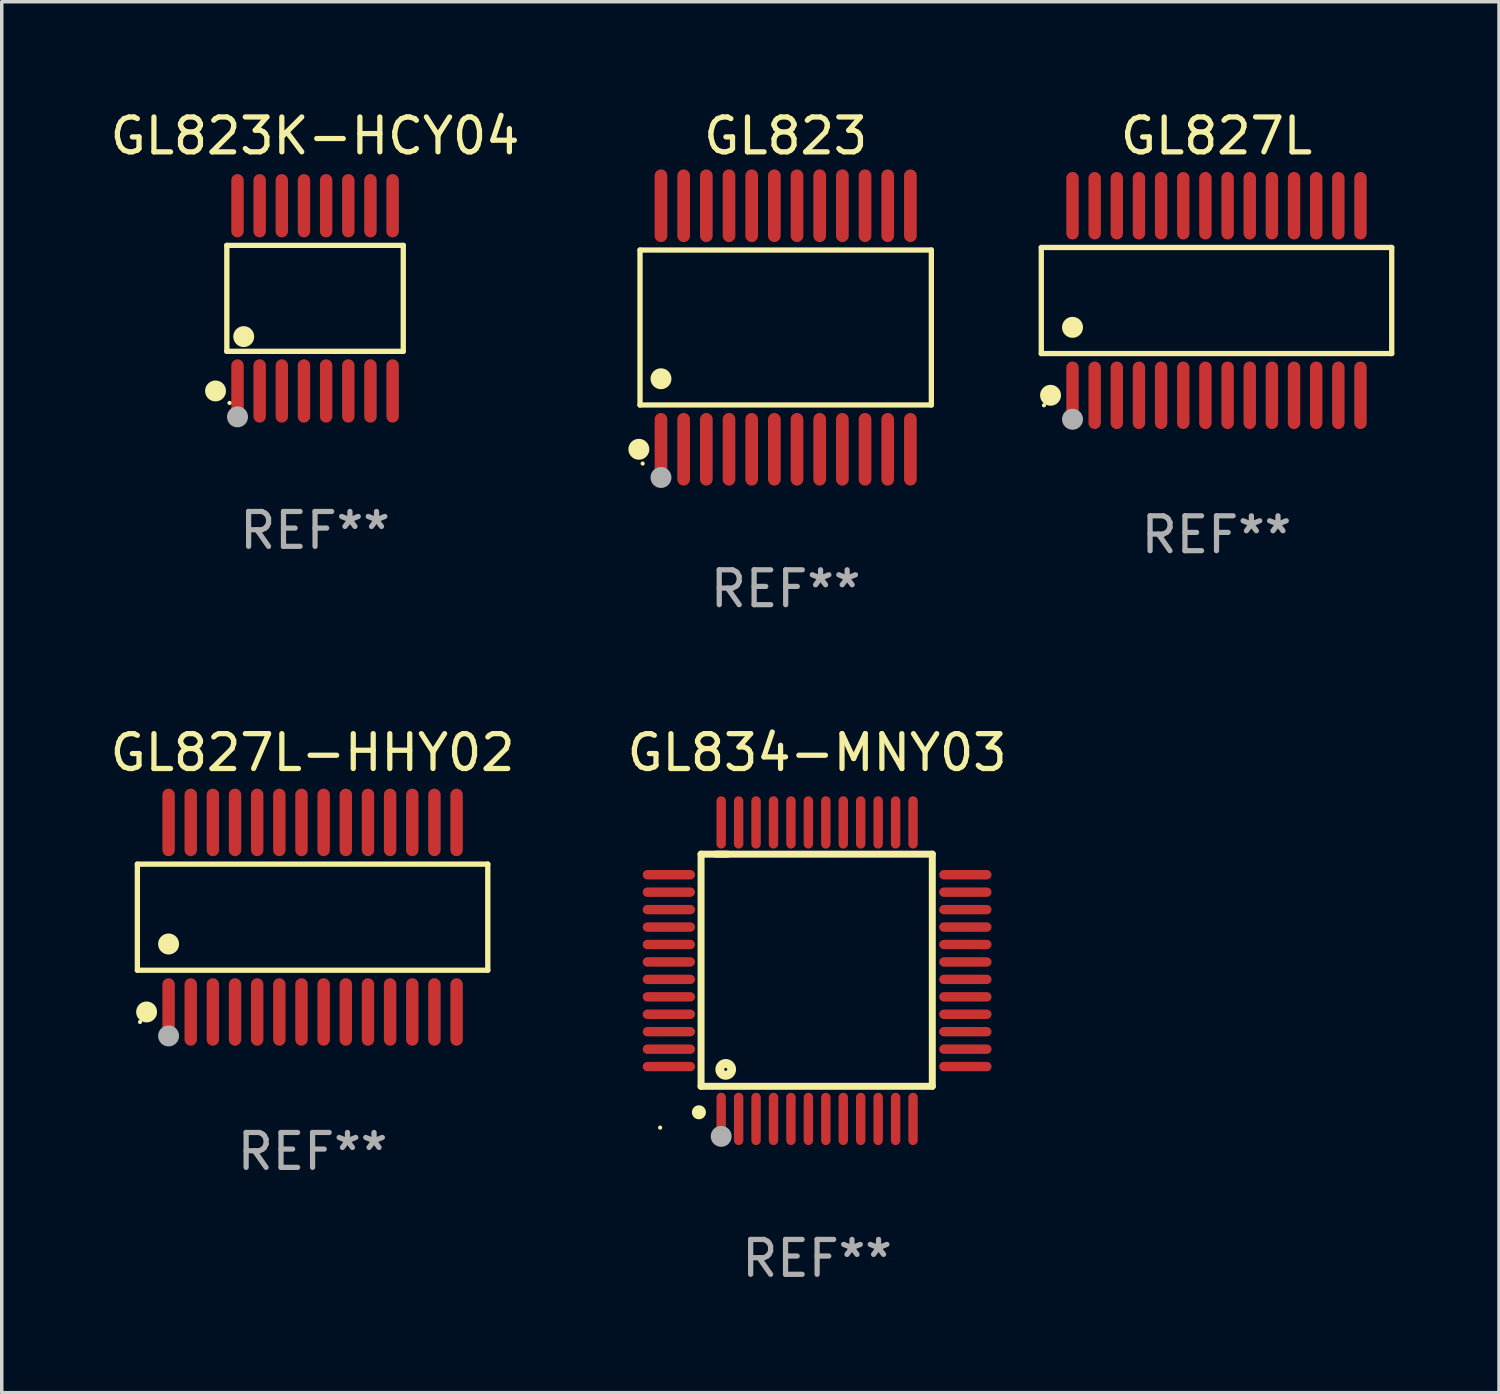
<source format=kicad_pcb>
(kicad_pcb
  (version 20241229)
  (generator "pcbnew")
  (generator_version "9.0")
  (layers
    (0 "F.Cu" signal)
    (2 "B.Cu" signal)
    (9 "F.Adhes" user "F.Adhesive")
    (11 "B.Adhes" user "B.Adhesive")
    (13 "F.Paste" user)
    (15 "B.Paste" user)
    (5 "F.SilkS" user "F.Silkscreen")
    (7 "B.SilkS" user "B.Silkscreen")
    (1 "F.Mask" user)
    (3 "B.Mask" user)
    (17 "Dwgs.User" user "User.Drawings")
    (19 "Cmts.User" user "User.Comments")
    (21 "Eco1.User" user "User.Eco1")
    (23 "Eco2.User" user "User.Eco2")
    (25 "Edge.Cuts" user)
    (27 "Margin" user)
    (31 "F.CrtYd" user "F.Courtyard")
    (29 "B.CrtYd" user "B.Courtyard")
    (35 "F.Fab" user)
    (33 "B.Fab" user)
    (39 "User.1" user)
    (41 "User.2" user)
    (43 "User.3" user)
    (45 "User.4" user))
  (footprint "GL823"
    (layer "F.Cu")
    (at 19.474 6.339)
    (property "Reference" "GL823" (at 0 -5.491 0) (layer "F.SilkS") (effects (font (size 1 1) (thickness 0.15))))
    (attr through_hole)
    (fp_line (start -4.176 -2.221) (end 4.176 -2.221) (stroke (width 0.152) (type solid)) (layer "F.SilkS"))
    (fp_line (start -4.176 2.221) (end -4.176 -2.221) (stroke (width 0.152) (type solid)) (layer "F.SilkS"))
    (fp_line (start 4.176 -2.221) (end 4.176 2.221) (stroke (width 0.152) (type solid)) (layer "F.SilkS"))
    (fp_line (start 4.176 2.221) (end -4.176 2.221) (stroke (width 0.152) (type solid)) (layer "F.SilkS"))
    (fp_circle (center -4.209 3.491) (end -4.059 3.491) (stroke (width 0.3) (type solid)) (fill no) (layer "F.SilkS"))
    (fp_circle (center -4.1 3.9) (end -4.07 3.9) (stroke (width 0.06) (type solid)) (fill no) (layer "F.SilkS"))
    (fp_circle (center -3.575 1.469) (end -3.425 1.469) (stroke (width 0.3) (type solid)) (fill no) (layer "F.SilkS"))
    (fp_circle (center -3.575 4.3) (end -3.425 4.3) (stroke (width 0.3) (type solid)) (fill no) (layer "F.Fab"))
    (fp_text user "REF**" (at 0 7.491 0) (layer "F.Fab") (effects (font (size 1 1) (thickness 0.15))))
    (pad "1" smd oval (at -3.575 3.491) (size 0.364 2.082) (layers "F.Cu" "F.Mask" "F.Paste"))
    (pad "2" smd oval (at -2.925 3.491) (size 0.364 2.082) (layers "F.Cu" "F.Mask" "F.Paste"))
    (pad "3" smd oval (at -2.275 3.491) (size 0.364 2.082) (layers "F.Cu" "F.Mask" "F.Paste"))
    (pad "4" smd oval (at -1.625 3.491) (size 0.364 2.082) (layers "F.Cu" "F.Mask" "F.Paste"))
    (pad "5" smd oval (at -0.975 3.491) (size 0.364 2.082) (layers "F.Cu" "F.Mask" "F.Paste"))
    (pad "6" smd oval (at -0.325 3.491) (size 0.364 2.082) (layers "F.Cu" "F.Mask" "F.Paste"))
    (pad "7" smd oval (at 0.325 3.491) (size 0.364 2.082) (layers "F.Cu" "F.Mask" "F.Paste"))
    (pad "8" smd oval (at 0.975 3.491) (size 0.364 2.082) (layers "F.Cu" "F.Mask" "F.Paste"))
    (pad "9" smd oval (at 1.625 3.491) (size 0.364 2.082) (layers "F.Cu" "F.Mask" "F.Paste"))
    (pad "10" smd oval (at 2.275 3.491) (size 0.364 2.082) (layers "F.Cu" "F.Mask" "F.Paste"))
    (pad "11" smd oval (at 2.925 3.491) (size 0.364 2.082) (layers "F.Cu" "F.Mask" "F.Paste"))
    (pad "12" smd oval (at 3.575 3.491) (size 0.364 2.082) (layers "F.Cu" "F.Mask" "F.Paste"))
    (pad "13" smd oval (at 3.575 -3.491) (size 0.364 2.082) (layers "F.Cu" "F.Mask" "F.Paste"))
    (pad "14" smd oval (at 2.925 -3.491) (size 0.364 2.082) (layers "F.Cu" "F.Mask" "F.Paste"))
    (pad "15" smd oval (at 2.275 -3.491) (size 0.364 2.082) (layers "F.Cu" "F.Mask" "F.Paste"))
    (pad "16" smd oval (at 1.625 -3.491) (size 0.364 2.082) (layers "F.Cu" "F.Mask" "F.Paste"))
    (pad "17" smd oval (at 0.975 -3.491) (size 0.364 2.082) (layers "F.Cu" "F.Mask" "F.Paste"))
    (pad "18" smd oval (at 0.325 -3.491) (size 0.364 2.082) (layers "F.Cu" "F.Mask" "F.Paste"))
    (pad "19" smd oval (at -0.325 -3.491) (size 0.364 2.082) (layers "F.Cu" "F.Mask" "F.Paste"))
    (pad "20" smd oval (at -0.975 -3.491) (size 0.364 2.082) (layers "F.Cu" "F.Mask" "F.Paste"))
    (pad "21" smd oval (at -1.625 -3.491) (size 0.364 2.082) (layers "F.Cu" "F.Mask" "F.Paste"))
    (pad "22" smd oval (at -2.275 -3.491) (size 0.364 2.082) (layers "F.Cu" "F.Mask" "F.Paste"))
    (pad "23" smd oval (at -2.925 -3.491) (size 0.364 2.082) (layers "F.Cu" "F.Mask" "F.Paste"))
    (pad "24" smd oval (at -3.575 -3.491) (size 0.364 2.082) (layers "F.Cu" "F.Mask" "F.Paste")))
  (footprint "GL827L-HHY02"
    (layer "F.Cu")
    (at 5.911 23.244)
    (property "Reference" "GL827L-HHY02" (at 0 -4.717 0) (layer "F.SilkS") (effects (font (size 1 1) (thickness 0.15))))
    (attr through_hole)
    (fp_line (start -5.023 -1.521) (end 5.023 -1.521) (stroke (width 0.152) (type solid)) (layer "F.SilkS"))
    (fp_line (start -5.023 1.521) (end -5.023 -1.521) (stroke (width 0.152) (type solid)) (layer "F.SilkS"))
    (fp_line (start 5.023 -1.521) (end 5.023 1.521) (stroke (width 0.152) (type solid)) (layer "F.SilkS"))
    (fp_line (start 5.023 1.521) (end -5.023 1.521) (stroke (width 0.152) (type solid)) (layer "F.SilkS"))
    (fp_circle (center -4.946 3.004) (end -4.916 3.004) (stroke (width 0.06) (type solid)) (fill no) (layer "F.SilkS"))
    (fp_circle (center -4.758 2.717) (end -4.608 2.717) (stroke (width 0.3) (type solid)) (fill no) (layer "F.SilkS"))
    (fp_circle (center -4.128 0.769) (end -3.977 0.769) (stroke (width 0.3) (type solid)) (fill no) (layer "F.SilkS"))
    (fp_circle (center -4.128 3.404) (end -3.977 3.404) (stroke (width 0.3) (type solid)) (fill no) (layer "F.Fab"))
    (fp_text user "REF**" (at 0 6.717 0) (layer "F.Fab") (effects (font (size 1 1) (thickness 0.15))))
    (pad "1" smd oval (at -4.128 2.717) (size 0.356 1.935) (layers "F.Cu" "F.Mask" "F.Paste"))
    (pad "2" smd oval (at -3.493 2.717) (size 0.356 1.935) (layers "F.Cu" "F.Mask" "F.Paste"))
    (pad "3" smd oval (at -2.858 2.717) (size 0.356 1.935) (layers "F.Cu" "F.Mask" "F.Paste"))
    (pad "4" smd oval (at -2.223 2.717) (size 0.356 1.935) (layers "F.Cu" "F.Mask" "F.Paste"))
    (pad "5" smd oval (at -1.588 2.717) (size 0.356 1.935) (layers "F.Cu" "F.Mask" "F.Paste"))
    (pad "6" smd oval (at -0.953 2.717) (size 0.356 1.935) (layers "F.Cu" "F.Mask" "F.Paste"))
    (pad "7" smd oval (at -0.318 2.717) (size 0.356 1.935) (layers "F.Cu" "F.Mask" "F.Paste"))
    (pad "8" smd oval (at 0.318 2.717) (size 0.356 1.935) (layers "F.Cu" "F.Mask" "F.Paste"))
    (pad "9" smd oval (at 0.953 2.717) (size 0.356 1.935) (layers "F.Cu" "F.Mask" "F.Paste"))
    (pad "10" smd oval (at 1.588 2.717) (size 0.356 1.935) (layers "F.Cu" "F.Mask" "F.Paste"))
    (pad "11" smd oval (at 2.223 2.717) (size 0.356 1.935) (layers "F.Cu" "F.Mask" "F.Paste"))
    (pad "12" smd oval (at 2.858 2.717) (size 0.356 1.935) (layers "F.Cu" "F.Mask" "F.Paste"))
    (pad "13" smd oval (at 3.493 2.717) (size 0.356 1.935) (layers "F.Cu" "F.Mask" "F.Paste"))
    (pad "14" smd oval (at 4.128 2.717) (size 0.356 1.935) (layers "F.Cu" "F.Mask" "F.Paste"))
    (pad "15" smd oval (at 4.128 -2.717) (size 0.356 1.935) (layers "F.Cu" "F.Mask" "F.Paste"))
    (pad "16" smd oval (at 3.493 -2.717) (size 0.356 1.935) (layers "F.Cu" "F.Mask" "F.Paste"))
    (pad "17" smd oval (at 2.858 -2.717) (size 0.356 1.935) (layers "F.Cu" "F.Mask" "F.Paste"))
    (pad "18" smd oval (at 2.223 -2.717) (size 0.356 1.935) (layers "F.Cu" "F.Mask" "F.Paste"))
    (pad "19" smd oval (at 1.588 -2.717) (size 0.356 1.935) (layers "F.Cu" "F.Mask" "F.Paste"))
    (pad "20" smd oval (at 0.953 -2.717) (size 0.356 1.935) (layers "F.Cu" "F.Mask" "F.Paste"))
    (pad "21" smd oval (at 0.318 -2.717) (size 0.356 1.935) (layers "F.Cu" "F.Mask" "F.Paste"))
    (pad "22" smd oval (at -0.318 -2.717) (size 0.356 1.935) (layers "F.Cu" "F.Mask" "F.Paste"))
    (pad "23" smd oval (at -0.953 -2.717) (size 0.356 1.935) (layers "F.Cu" "F.Mask" "F.Paste"))
    (pad "24" smd oval (at -1.588 -2.717) (size 0.356 1.935) (layers "F.Cu" "F.Mask" "F.Paste"))
    (pad "25" smd oval (at -2.223 -2.717) (size 0.356 1.935) (layers "F.Cu" "F.Mask" "F.Paste"))
    (pad "26" smd oval (at -2.858 -2.717) (size 0.356 1.935) (layers "F.Cu" "F.Mask" "F.Paste"))
    (pad "27" smd oval (at -3.493 -2.717) (size 0.356 1.935) (layers "F.Cu" "F.Mask" "F.Paste"))
    (pad "28" smd oval (at -4.128 -2.717) (size 0.356 1.935) (layers "F.Cu" "F.Mask" "F.Paste")))
  (footprint "GL827L"
    (layer "F.Cu")
    (at 31.825 5.565)
    (property "Reference" "GL827L" (at 0 -4.717 0) (layer "F.SilkS") (effects (font (size 1 1) (thickness 0.15))))
    (attr through_hole)
    (fp_line (start -5.023 -1.521) (end 5.023 -1.521) (stroke (width 0.152) (type solid)) (layer "F.SilkS"))
    (fp_line (start -5.023 1.521) (end -5.023 -1.521) (stroke (width 0.152) (type solid)) (layer "F.SilkS"))
    (fp_line (start 5.023 -1.521) (end 5.023 1.521) (stroke (width 0.152) (type solid)) (layer "F.SilkS"))
    (fp_line (start 5.023 1.521) (end -5.023 1.521) (stroke (width 0.152) (type solid)) (layer "F.SilkS"))
    (fp_circle (center -4.946 3.004) (end -4.916 3.004) (stroke (width 0.06) (type solid)) (fill no) (layer "F.SilkS"))
    (fp_circle (center -4.758 2.717) (end -4.608 2.717) (stroke (width 0.3) (type solid)) (fill no) (layer "F.SilkS"))
    (fp_circle (center -4.128 0.769) (end -3.977 0.769) (stroke (width 0.3) (type solid)) (fill no) (layer "F.SilkS"))
    (fp_circle (center -4.128 3.404) (end -3.977 3.404) (stroke (width 0.3) (type solid)) (fill no) (layer "F.Fab"))
    (fp_text user "REF**" (at 0 6.717 0) (layer "F.Fab") (effects (font (size 1 1) (thickness 0.15))))
    (pad "1" smd oval (at -4.128 2.717) (size 0.356 1.935) (layers "F.Cu" "F.Mask" "F.Paste"))
    (pad "2" smd oval (at -3.493 2.717) (size 0.356 1.935) (layers "F.Cu" "F.Mask" "F.Paste"))
    (pad "3" smd oval (at -2.858 2.717) (size 0.356 1.935) (layers "F.Cu" "F.Mask" "F.Paste"))
    (pad "4" smd oval (at -2.223 2.717) (size 0.356 1.935) (layers "F.Cu" "F.Mask" "F.Paste"))
    (pad "5" smd oval (at -1.588 2.717) (size 0.356 1.935) (layers "F.Cu" "F.Mask" "F.Paste"))
    (pad "6" smd oval (at -0.953 2.717) (size 0.356 1.935) (layers "F.Cu" "F.Mask" "F.Paste"))
    (pad "7" smd oval (at -0.318 2.717) (size 0.356 1.935) (layers "F.Cu" "F.Mask" "F.Paste"))
    (pad "8" smd oval (at 0.318 2.717) (size 0.356 1.935) (layers "F.Cu" "F.Mask" "F.Paste"))
    (pad "9" smd oval (at 0.953 2.717) (size 0.356 1.935) (layers "F.Cu" "F.Mask" "F.Paste"))
    (pad "10" smd oval (at 1.588 2.717) (size 0.356 1.935) (layers "F.Cu" "F.Mask" "F.Paste"))
    (pad "11" smd oval (at 2.223 2.717) (size 0.356 1.935) (layers "F.Cu" "F.Mask" "F.Paste"))
    (pad "12" smd oval (at 2.858 2.717) (size 0.356 1.935) (layers "F.Cu" "F.Mask" "F.Paste"))
    (pad "13" smd oval (at 3.493 2.717) (size 0.356 1.935) (layers "F.Cu" "F.Mask" "F.Paste"))
    (pad "14" smd oval (at 4.128 2.717) (size 0.356 1.935) (layers "F.Cu" "F.Mask" "F.Paste"))
    (pad "15" smd oval (at 4.128 -2.717) (size 0.356 1.935) (layers "F.Cu" "F.Mask" "F.Paste"))
    (pad "16" smd oval (at 3.493 -2.717) (size 0.356 1.935) (layers "F.Cu" "F.Mask" "F.Paste"))
    (pad "17" smd oval (at 2.858 -2.717) (size 0.356 1.935) (layers "F.Cu" "F.Mask" "F.Paste"))
    (pad "18" smd oval (at 2.223 -2.717) (size 0.356 1.935) (layers "F.Cu" "F.Mask" "F.Paste"))
    (pad "19" smd oval (at 1.588 -2.717) (size 0.356 1.935) (layers "F.Cu" "F.Mask" "F.Paste"))
    (pad "20" smd oval (at 0.953 -2.717) (size 0.356 1.935) (layers "F.Cu" "F.Mask" "F.Paste"))
    (pad "21" smd oval (at 0.318 -2.717) (size 0.356 1.935) (layers "F.Cu" "F.Mask" "F.Paste"))
    (pad "22" smd oval (at -0.318 -2.717) (size 0.356 1.935) (layers "F.Cu" "F.Mask" "F.Paste"))
    (pad "23" smd oval (at -0.953 -2.717) (size 0.356 1.935) (layers "F.Cu" "F.Mask" "F.Paste"))
    (pad "24" smd oval (at -1.588 -2.717) (size 0.356 1.935) (layers "F.Cu" "F.Mask" "F.Paste"))
    (pad "25" smd oval (at -2.223 -2.717) (size 0.356 1.935) (layers "F.Cu" "F.Mask" "F.Paste"))
    (pad "26" smd oval (at -2.858 -2.717) (size 0.356 1.935) (layers "F.Cu" "F.Mask" "F.Paste"))
    (pad "27" smd oval (at -3.493 -2.717) (size 0.356 1.935) (layers "F.Cu" "F.Mask" "F.Paste"))
    (pad "28" smd oval (at -4.128 -2.717) (size 0.356 1.935) (layers "F.Cu" "F.Mask" "F.Paste")))
  (footprint "GL834-MNY03"
    (layer "F.Cu")
    (at 20.375 24.777)
    (property "Reference" "GL834-MNY03" (at 0 -6.25 0) (layer "F.SilkS") (effects (font (size 1 1) (thickness 0.15))))
    (attr through_hole)
    (fp_line (start -3.327 -3.34) (end -2.565 -3.34) (stroke (width 0.2) (type solid)) (layer "F.SilkS"))
    (fp_line (start -3.327 3.315) (end -3.327 -3.34) (stroke (width 0.2) (type solid)) (layer "F.SilkS"))
    (fp_line (start -2.896 -3.34) (end 3.302 -3.34) (stroke (width 0.2) (type solid)) (layer "F.SilkS"))
    (fp_line (start 3.302 -3.34) (end 3.302 3.315) (stroke (width 0.2) (type solid)) (layer "F.SilkS"))
    (fp_line (start 3.302 3.315) (end -3.327 3.315) (stroke (width 0.2) (type solid)) (layer "F.SilkS"))
    (fp_arc (start -3.389992 4.059995) (mid -3.388722 4.059991) (end -3.387452 4.059995) (stroke (width 0.4) (type solid)) (layer "F.SilkS"))
    (fp_circle (center -4.5 4.5) (end -4.47 4.5) (stroke (width 0.06) (type solid)) (fill no) (layer "F.SilkS"))
    (fp_circle (center -2.62 2.83) (end -2.45 2.83) (stroke (width 0.254) (type solid)) (fill no) (layer "F.SilkS"))
    (fp_circle (center -2.75 4.75) (end -2.6 4.75) (stroke (width 0.3) (type solid)) (fill no) (layer "F.Fab"))
    (fp_text user "REF**" (at 0 8.25 0) (layer "F.Fab") (effects (font (size 1 1) (thickness 0.15))))
    (pad "1" smd oval (at -2.75 4.25) (size 0.27 1.5) (layers "F.Cu" "F.Mask" "F.Paste"))
    (pad "2" smd oval (at -2.25 4.25) (size 0.27 1.5) (layers "F.Cu" "F.Mask" "F.Paste"))
    (pad "3" smd oval (at -1.75 4.25) (size 0.27 1.5) (layers "F.Cu" "F.Mask" "F.Paste"))
    (pad "4" smd oval (at -1.25 4.25) (size 0.27 1.5) (layers "F.Cu" "F.Mask" "F.Paste"))
    (pad "5" smd oval (at -0.75 4.25) (size 0.27 1.5) (layers "F.Cu" "F.Mask" "F.Paste"))
    (pad "6" smd oval (at -0.25 4.25) (size 0.27 1.5) (layers "F.Cu" "F.Mask" "F.Paste"))
    (pad "7" smd oval (at 0.25 4.25) (size 0.27 1.5) (layers "F.Cu" "F.Mask" "F.Paste"))
    (pad "8" smd oval (at 0.75 4.25) (size 0.27 1.5) (layers "F.Cu" "F.Mask" "F.Paste"))
    (pad "9" smd oval (at 1.25 4.25) (size 0.27 1.5) (layers "F.Cu" "F.Mask" "F.Paste"))
    (pad "10" smd oval (at 1.75 4.25) (size 0.27 1.5) (layers "F.Cu" "F.Mask" "F.Paste"))
    (pad "11" smd oval (at 2.25 4.25) (size 0.27 1.5) (layers "F.Cu" "F.Mask" "F.Paste"))
    (pad "12" smd oval (at 2.75 4.25) (size 0.27 1.5) (layers "F.Cu" "F.Mask" "F.Paste"))
    (pad "13" smd oval (at 4.25 2.75) (size 1.5 0.27) (layers "F.Cu" "F.Mask" "F.Paste"))
    (pad "14" smd oval (at 4.25 2.25) (size 1.5 0.27) (layers "F.Cu" "F.Mask" "F.Paste"))
    (pad "15" smd oval (at 4.25 1.75) (size 1.5 0.27) (layers "F.Cu" "F.Mask" "F.Paste"))
    (pad "16" smd oval (at 4.25 1.25) (size 1.5 0.27) (layers "F.Cu" "F.Mask" "F.Paste"))
    (pad "17" smd oval (at 4.25 0.75) (size 1.5 0.27) (layers "F.Cu" "F.Mask" "F.Paste"))
    (pad "18" smd oval (at 4.25 0.25) (size 1.5 0.27) (layers "F.Cu" "F.Mask" "F.Paste"))
    (pad "19" smd oval (at 4.25 -0.25) (size 1.5 0.27) (layers "F.Cu" "F.Mask" "F.Paste"))
    (pad "20" smd oval (at 4.25 -0.75) (size 1.5 0.27) (layers "F.Cu" "F.Mask" "F.Paste"))
    (pad "21" smd oval (at 4.25 -1.25) (size 1.5 0.27) (layers "F.Cu" "F.Mask" "F.Paste"))
    (pad "22" smd oval (at 4.25 -1.75) (size 1.5 0.27) (layers "F.Cu" "F.Mask" "F.Paste"))
    (pad "23" smd oval (at 4.25 -2.25) (size 1.5 0.27) (layers "F.Cu" "F.Mask" "F.Paste"))
    (pad "24" smd oval (at 4.25 -2.75) (size 1.5 0.27) (layers "F.Cu" "F.Mask" "F.Paste"))
    (pad "25" smd oval (at 2.75 -4.25) (size 0.27 1.5) (layers "F.Cu" "F.Mask" "F.Paste"))
    (pad "26" smd oval (at 2.25 -4.25) (size 0.27 1.5) (layers "F.Cu" "F.Mask" "F.Paste"))
    (pad "27" smd oval (at 1.75 -4.25) (size 0.27 1.5) (layers "F.Cu" "F.Mask" "F.Paste"))
    (pad "28" smd oval (at 1.25 -4.25) (size 0.27 1.5) (layers "F.Cu" "F.Mask" "F.Paste"))
    (pad "29" smd oval (at 0.75 -4.25) (size 0.27 1.5) (layers "F.Cu" "F.Mask" "F.Paste"))
    (pad "30" smd oval (at 0.25 -4.25) (size 0.27 1.5) (layers "F.Cu" "F.Mask" "F.Paste"))
    (pad "31" smd oval (at -0.25 -4.25) (size 0.27 1.5) (layers "F.Cu" "F.Mask" "F.Paste"))
    (pad "32" smd oval (at -0.75 -4.25) (size 0.27 1.5) (layers "F.Cu" "F.Mask" "F.Paste"))
    (pad "33" smd oval (at -1.25 -4.25) (size 0.27 1.5) (layers "F.Cu" "F.Mask" "F.Paste"))
    (pad "34" smd oval (at -1.75 -4.25) (size 0.27 1.5) (layers "F.Cu" "F.Mask" "F.Paste"))
    (pad "35" smd oval (at -2.25 -4.25) (size 0.27 1.5) (layers "F.Cu" "F.Mask" "F.Paste"))
    (pad "36" smd oval (at -2.75 -4.25) (size 0.27 1.5) (layers "F.Cu" "F.Mask" "F.Paste"))
    (pad "37" smd oval (at -4.25 -2.75) (size 1.5 0.27) (layers "F.Cu" "F.Mask" "F.Paste"))
    (pad "38" smd oval (at -4.25 -2.25) (size 1.5 0.27) (layers "F.Cu" "F.Mask" "F.Paste"))
    (pad "39" smd oval (at -4.25 -1.75) (size 1.5 0.27) (layers "F.Cu" "F.Mask" "F.Paste"))
    (pad "40" smd oval (at -4.25 -1.25) (size 1.5 0.27) (layers "F.Cu" "F.Mask" "F.Paste"))
    (pad "41" smd oval (at -4.25 -0.75) (size 1.5 0.27) (layers "F.Cu" "F.Mask" "F.Paste"))
    (pad "42" smd oval (at -4.25 -0.25) (size 1.5 0.27) (layers "F.Cu" "F.Mask" "F.Paste"))
    (pad "43" smd oval (at -4.25 0.25) (size 1.5 0.27) (layers "F.Cu" "F.Mask" "F.Paste"))
    (pad "44" smd oval (at -4.25 0.75) (size 1.5 0.27) (layers "F.Cu" "F.Mask" "F.Paste"))
    (pad "45" smd oval (at -4.25 1.25) (size 1.5 0.27) (layers "F.Cu" "F.Mask" "F.Paste"))
    (pad "46" smd oval (at -4.25 1.75) (size 1.5 0.27) (layers "F.Cu" "F.Mask" "F.Paste"))
    (pad "47" smd oval (at -4.25 2.25) (size 1.5 0.27) (layers "F.Cu" "F.Mask" "F.Paste"))
    (pad "48" smd oval (at -4.25 2.75) (size 1.5 0.27) (layers "F.Cu" "F.Mask" "F.Paste")))
  (footprint "GL823K-HCY04"
    (layer "F.Cu")
    (at 5.982 5.503)
    (property "Reference" "GL823K-HCY04" (at 0 -4.655 0) (layer "F.SilkS") (effects (font (size 1 1) (thickness 0.15))))
    (attr through_hole)
    (fp_line (start -2.529 -1.519) (end 2.529 -1.519) (stroke (width 0.152) (type solid)) (layer "F.SilkS"))
    (fp_line (start -2.529 1.519) (end -2.529 -1.519) (stroke (width 0.152) (type solid)) (layer "F.SilkS"))
    (fp_line (start 2.529 -1.519) (end 2.529 1.519) (stroke (width 0.152) (type solid)) (layer "F.SilkS"))
    (fp_line (start 2.529 1.519) (end -2.529 1.519) (stroke (width 0.152) (type solid)) (layer "F.SilkS"))
    (fp_circle (center -2.853 2.655) (end -2.703 2.655) (stroke (width 0.3) (type solid)) (fill no) (layer "F.SilkS"))
    (fp_circle (center -2.453 2.998) (end -2.423 2.998) (stroke (width 0.06) (type solid)) (fill no) (layer "F.SilkS"))
    (fp_circle (center -2.045 1.097) (end -1.895 1.097) (stroke (width 0.3) (type solid)) (fill no) (layer "F.SilkS"))
    (fp_circle (center -2.223 3.398) (end -2.072 3.398) (stroke (width 0.3) (type solid)) (fill no) (layer "F.Fab"))
    (fp_text user "REF**" (at 0 6.655 0) (layer "F.Fab") (effects (font (size 1 1) (thickness 0.15))))
    (pad "1" smd oval (at -2.223 2.655) (size 0.356 1.815) (layers "F.Cu" "F.Mask" "F.Paste"))
    (pad "2" smd oval (at -1.588 2.655) (size 0.356 1.815) (layers "F.Cu" "F.Mask" "F.Paste"))
    (pad "3" smd oval (at -0.953 2.655) (size 0.356 1.815) (layers "F.Cu" "F.Mask" "F.Paste"))
    (pad "4" smd oval (at -0.318 2.655) (size 0.356 1.815) (layers "F.Cu" "F.Mask" "F.Paste"))
    (pad "5" smd oval (at 0.318 2.655) (size 0.356 1.815) (layers "F.Cu" "F.Mask" "F.Paste"))
    (pad "6" smd oval (at 0.953 2.655) (size 0.356 1.815) (layers "F.Cu" "F.Mask" "F.Paste"))
    (pad "7" smd oval (at 1.588 2.655) (size 0.356 1.815) (layers "F.Cu" "F.Mask" "F.Paste"))
    (pad "8" smd oval (at 2.223 2.655) (size 0.356 1.815) (layers "F.Cu" "F.Mask" "F.Paste"))
    (pad "9" smd oval (at 2.223 -2.655) (size 0.356 1.815) (layers "F.Cu" "F.Mask" "F.Paste"))
    (pad "10" smd oval (at 1.588 -2.655) (size 0.356 1.815) (layers "F.Cu" "F.Mask" "F.Paste"))
    (pad "11" smd oval (at 0.953 -2.655) (size 0.356 1.815) (layers "F.Cu" "F.Mask" "F.Paste"))
    (pad "12" smd oval (at 0.318 -2.655) (size 0.356 1.815) (layers "F.Cu" "F.Mask" "F.Paste"))
    (pad "13" smd oval (at -0.318 -2.655) (size 0.356 1.815) (layers "F.Cu" "F.Mask" "F.Paste"))
    (pad "14" smd oval (at -0.953 -2.655) (size 0.356 1.815) (layers "F.Cu" "F.Mask" "F.Paste"))
    (pad "15" smd oval (at -1.588 -2.655) (size 0.356 1.815) (layers "F.Cu" "F.Mask" "F.Paste"))
    (pad "16" smd oval (at -2.223 -2.655) (size 0.356 1.815) (layers "F.Cu" "F.Mask" "F.Paste")))
  (gr_rect
    (start -3 -3)
    (end 39.924 36.875)
    (stroke (width 0.1) (type default))
    (fill no)
    (layer "Edge.Cuts")))
</source>
